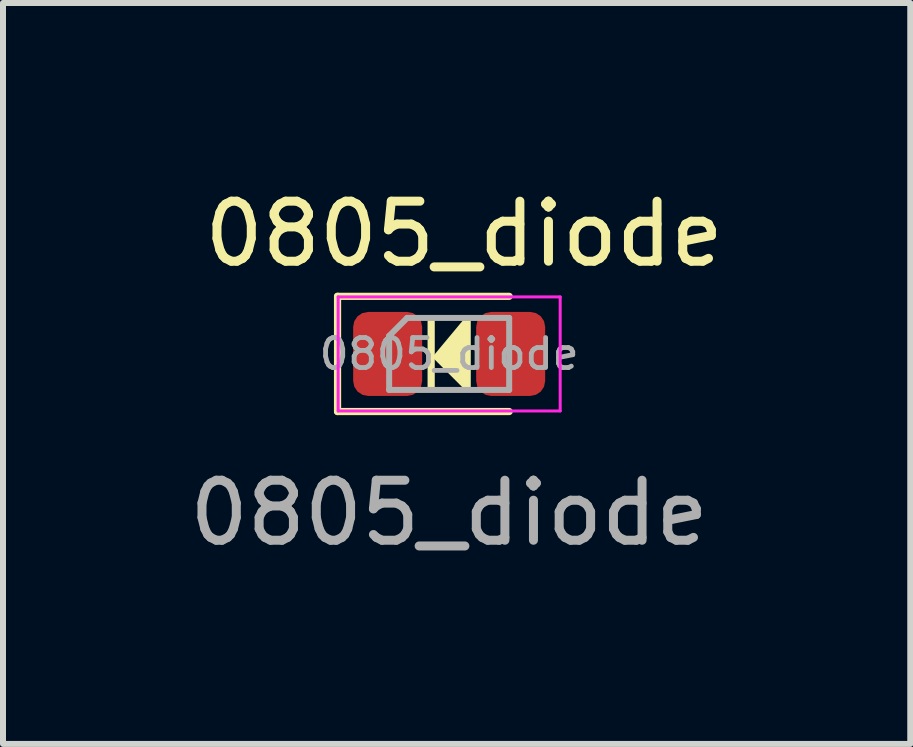
<source format=kicad_pcb>
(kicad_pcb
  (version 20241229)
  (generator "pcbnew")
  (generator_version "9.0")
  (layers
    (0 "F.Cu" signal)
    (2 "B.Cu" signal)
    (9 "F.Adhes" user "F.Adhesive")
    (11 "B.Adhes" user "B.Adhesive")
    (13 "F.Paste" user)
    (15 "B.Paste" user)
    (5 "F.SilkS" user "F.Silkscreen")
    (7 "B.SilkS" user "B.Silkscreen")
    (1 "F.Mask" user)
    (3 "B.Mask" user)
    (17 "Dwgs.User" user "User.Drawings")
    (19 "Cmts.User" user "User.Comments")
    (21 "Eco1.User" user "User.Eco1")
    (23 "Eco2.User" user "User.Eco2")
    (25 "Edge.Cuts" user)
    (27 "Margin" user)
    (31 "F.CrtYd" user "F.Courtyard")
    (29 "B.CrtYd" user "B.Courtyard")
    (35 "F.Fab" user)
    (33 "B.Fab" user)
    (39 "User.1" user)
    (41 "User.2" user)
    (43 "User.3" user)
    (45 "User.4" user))
  (footprint "0805_diode"
    (layer "F.Cu")
    (at 4.435 2.848)
    (property "Reference" "0805_diode" (at 0.25 -2 0) (unlocked yes) (layer "F.SilkS") (effects (font (size 1 1) (thickness 0.15))))
    (attr smd)
    (fp_line (start -1.86 -0.96) (end -1.86 0.96) (stroke (width 0.12) (type solid)) (layer "F.SilkS"))
    (fp_line (start -1.86 0.96) (end 1 0.96) (stroke (width 0.12) (type solid)) (layer "F.SilkS"))
    (fp_line (start -0.3 0.55) (end -0.3 -0.55) (stroke (width 0.12) (type solid)) (layer "F.SilkS"))
    (fp_line (start 1 -0.96) (end -1.86 -0.96) (stroke (width 0.12) (type solid)) (layer "F.SilkS"))
    (fp_poly (pts (xy 0.3 0.55) (xy -0.2 0.05) (xy 0.3 -0.55)) (stroke (width 0.12) (type solid)) (fill yes) (layer "F.SilkS"))
    (fp_line (start -1.85 -0.95) (end 1.85 -0.95) (stroke (width 0.05) (type solid)) (layer "F.CrtYd"))
    (fp_line (start -1.85 0.95) (end -1.85 -0.95) (stroke (width 0.05) (type solid)) (layer "F.CrtYd"))
    (fp_line (start 1.85 -0.95) (end 1.85 0.95) (stroke (width 0.05) (type solid)) (layer "F.CrtYd"))
    (fp_line (start 1.85 0.95) (end -1.85 0.95) (stroke (width 0.05) (type solid)) (layer "F.CrtYd"))
    (fp_line (start -1 -0.3) (end -1 0.6) (stroke (width 0.1) (type solid)) (layer "F.Fab"))
    (fp_line (start -1 0.6) (end 1 0.6) (stroke (width 0.1) (type solid)) (layer "F.Fab"))
    (fp_line (start -0.7 -0.6) (end -1 -0.3) (stroke (width 0.1) (type solid)) (layer "F.Fab"))
    (fp_line (start 1 -0.6) (end -0.7 -0.6) (stroke (width 0.1) (type solid)) (layer "F.Fab"))
    (fp_line (start 1 0.6) (end 1 -0.6) (stroke (width 0.1) (type solid)) (layer "F.Fab"))
    (fp_text user "${REFERENCE}" (at 0 2.65 0) (unlocked yes) (layer "F.Fab") (effects (font (size 1 1) (thickness 0.15))))
    (fp_text user "${REFERENCE}" (at 0 0 0) (layer "F.Fab") (effects (font (size 0.5 0.5) (thickness 0.08))))
    (pad "1" smd roundrect (at -1.025 0) (size 1.15 1.4) (layers "F.Cu" "F.Mask" "F.Paste") (roundrect_rratio 0.217))
    (pad "2" smd roundrect (at 1.025 0) (size 1.15 1.4) (layers "F.Cu" "F.Mask" "F.Paste") (roundrect_rratio 0.217)))
  (gr_rect
    (start -3 -3)
    (end 12.119 9.347)
    (stroke (width 0.1) (type default))
    (fill no)
    (layer "Edge.Cuts")))
</source>
